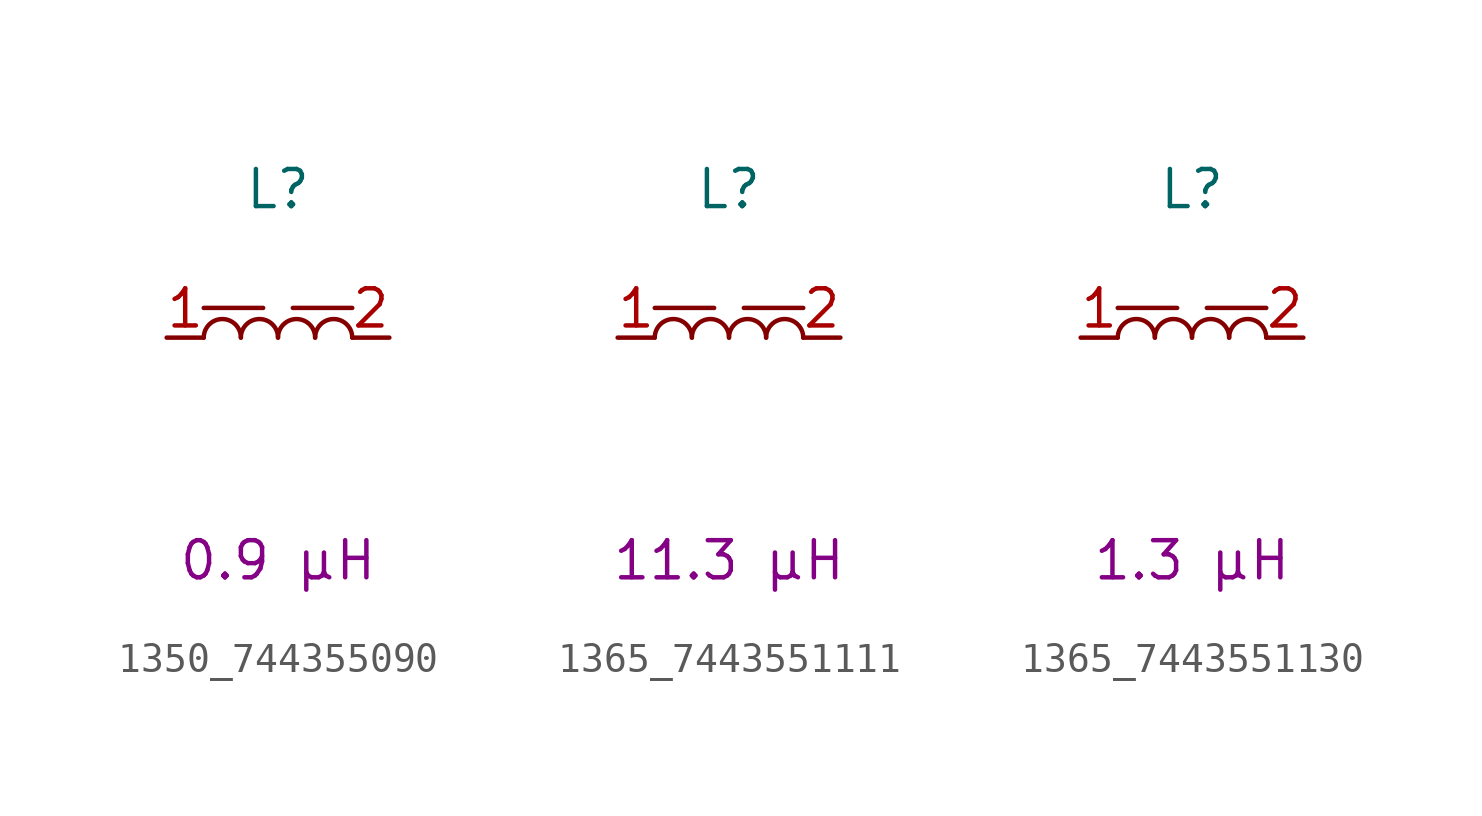
<source format=kicad_sym>
(kicad_symbol_lib
  (version 20220914)
  (generator kicad_symbol_editor)
  (symbol "1350_744355090"
    (pin_names hide)
    (property "Reference" "L"
      (at 0 5.08 0)
      (effects (font (size 1.27 1.27))))
    (property "Critical Parameter" "0.9 µH"
      (at 0 -7.62 0)
      (effects (font (size 1.27 1.27))))
    (symbol "1350_744355090_0_1"
      (arc (start -1.27 0) (mid -1.905 0.6323) (end -2.54 0) (stroke (width 0) (type default)) (fill (type none)))
      (arc (start 0 0) (mid -0.635 0.6323) (end -1.27 0) (stroke (width 0) (type default)) (fill (type none)))
      (polyline (pts (xy -2.54 1.016) (xy -0.508 1.016)) (stroke (width 0) (type default)) (fill (type none)))
      (arc (start 1.27 0) (mid 0.635 0.6323) (end 0 0) (stroke (width 0) (type default)) (fill (type none)))
      (arc (start 2.54 0) (mid 1.905 0.6323) (end 1.27 0) (stroke (width 0) (type default)) (fill (type none))))
    (symbol "1350_744355090_1_1"
      (polyline (pts (xy 2.54 1.016) (xy 0.508 1.016)) (stroke (width 0) (type default)) (fill (type none)))
      (pin passive line (at -3.81 0 0) (length 1.27) (name "1" (effects (font (size 1.27 1.27)))) (number "1" (effects (font (size 1.27 1.27)))))
      (pin passive line (at 3.81 0 180) (length 1.27) (name "2" (effects (font (size 1.27 1.27)))) (number "2" (effects (font (size 1.27 1.27)))))))
  (symbol "1365_7443551111"
    (pin_names hide)
    (property "Reference" "L"
      (at 0 5.08 0)
      (effects (font (size 1.27 1.27))))
    (property "Critical Parameter" "11.3 µH"
      (at 0 -7.62 0)
      (effects (font (size 1.27 1.27))))
    (symbol "1365_7443551111_0_1"
      (arc (start -1.27 0) (mid -1.905 0.6323) (end -2.54 0) (stroke (width 0) (type default)) (fill (type none)))
      (arc (start 0 0) (mid -0.635 0.6323) (end -1.27 0) (stroke (width 0) (type default)) (fill (type none)))
      (polyline (pts (xy -2.54 1.016) (xy -0.508 1.016)) (stroke (width 0) (type default)) (fill (type none)))
      (arc (start 1.27 0) (mid 0.635 0.6323) (end 0 0) (stroke (width 0) (type default)) (fill (type none)))
      (arc (start 2.54 0) (mid 1.905 0.6323) (end 1.27 0) (stroke (width 0) (type default)) (fill (type none))))
    (symbol "1365_7443551111_1_1"
      (polyline (pts (xy 2.54 1.016) (xy 0.508 1.016)) (stroke (width 0) (type default)) (fill (type none)))
      (pin passive line (at -3.81 0 0) (length 1.27) (name "1" (effects (font (size 1.27 1.27)))) (number "1" (effects (font (size 1.27 1.27)))))
      (pin passive line (at 3.81 0 180) (length 1.27) (name "2" (effects (font (size 1.27 1.27)))) (number "2" (effects (font (size 1.27 1.27)))))))
  (symbol "1365_7443551130"
    (pin_names hide)
    (property "Reference" "L"
      (at 0 5.08 0)
      (effects (font (size 1.27 1.27))))
    (property "Critical Parameter" "1.3 µH"
      (at 0 -7.62 0)
      (effects (font (size 1.27 1.27))))
    (symbol "1365_7443551130_0_1"
      (arc (start -1.27 0) (mid -1.905 0.6323) (end -2.54 0) (stroke (width 0) (type default)) (fill (type none)))
      (arc (start 0 0) (mid -0.635 0.6323) (end -1.27 0) (stroke (width 0) (type default)) (fill (type none)))
      (polyline (pts (xy -2.54 1.016) (xy -0.508 1.016)) (stroke (width 0) (type default)) (fill (type none)))
      (arc (start 1.27 0) (mid 0.635 0.6323) (end 0 0) (stroke (width 0) (type default)) (fill (type none)))
      (arc (start 2.54 0) (mid 1.905 0.6323) (end 1.27 0) (stroke (width 0) (type default)) (fill (type none))))
    (symbol "1365_7443551130_1_1"
      (polyline (pts (xy 2.54 1.016) (xy 0.508 1.016)) (stroke (width 0) (type default)) (fill (type none)))
      (pin passive line (at -3.81 0 0) (length 1.27) (name "1" (effects (font (size 1.27 1.27)))) (number "1" (effects (font (size 1.27 1.27)))))
      (pin passive line (at 3.81 0 180) (length 1.27) (name "2" (effects (font (size 1.27 1.27)))) (number "2" (effects (font (size 1.27 1.27))))))))
</source>
